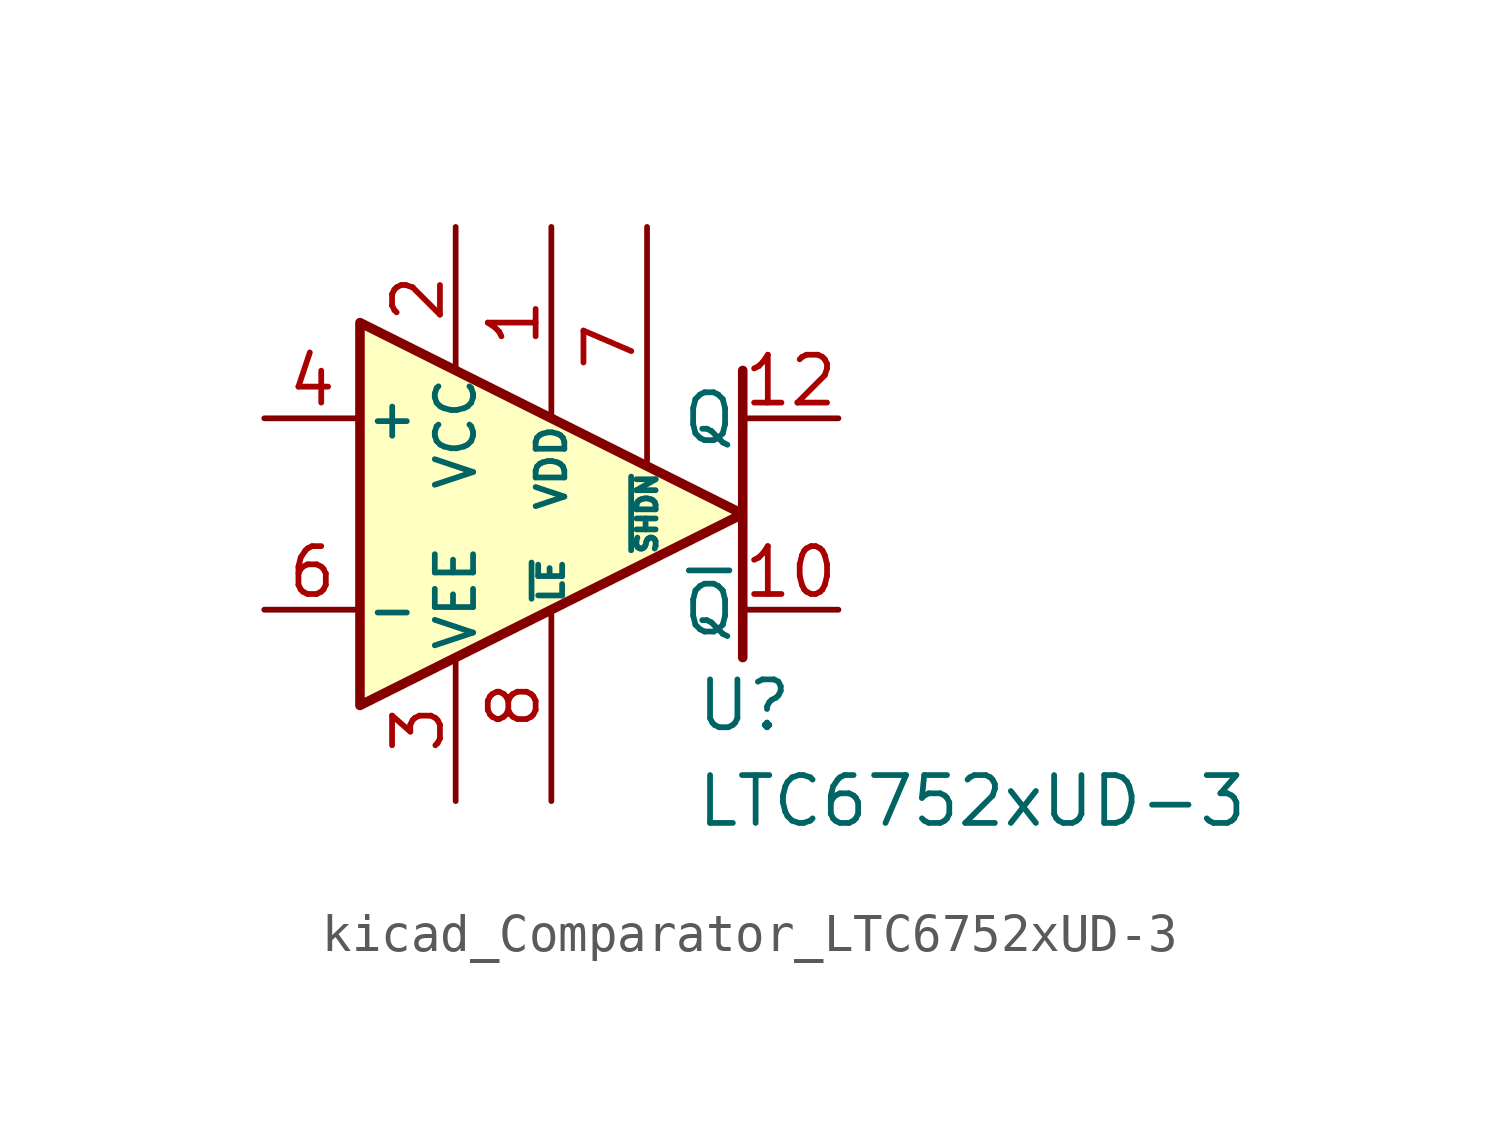
<source format=kicad_sym>
(kicad_symbol_lib
  (version 20220914)
  (generator kicad_symbol_editor)
  (symbol "kicad_Comparator_LTC6752xUD-3"
    (pin_names
      (offset 0.127))
    (property "Reference" "U"
      (at 3.81 -5.08 0)
      (effects (font (size 1.27 1.27)) (justify left)))
    (property "Value" "LTC6752xUD-3"
      (at 3.81 -7.62 0)
      (effects (font (size 1.27 1.27)) (justify left)))
    (symbol "kicad_Comparator_LTC6752xUD-3_0_1"
      (polyline (pts (xy 5.08 3.81) (xy 5.08 0) (xy -5.08 5.08) (xy -5.08 -5.08) (xy 5.08 0) (xy 5.08 -3.81)) (stroke (width 0.254) (type default)) (fill (type background))))
    (symbol "kicad_Comparator_LTC6752xUD-3_1_1"
      (pin power_in line (at 0 7.62 270) (length 5.08) (name "VDD" (effects (font (size 0.762 0.762)))) (number "1" (effects (font (size 1.27 1.27)))))
      (pin output line (at 7.62 -2.54 180) (length 2.54) (name "~{Q}" (effects (font (size 1.27 1.27)))) (number "10" (effects (font (size 1.27 1.27)))))
      (pin no_connect line (at 5.08 0 180) (length 2.54) hide (name "NC" (effects (font (size 1.27 1.27)))) (number "11" (effects (font (size 1.27 1.27)))))
      (pin output line (at 7.62 2.54 180) (length 2.54) (name "Q" (effects (font (size 1.27 1.27)))) (number "12" (effects (font (size 1.27 1.27)))))
      (pin passive line (at -2.54 -7.62 90) (length 3.81) hide (name "VEE" (effects (font (size 1.016 1.016)))) (number "13" (effects (font (size 1.27 1.27)))))
      (pin power_in line (at -2.54 7.62 270) (length 3.81) (name "VCC" (effects (font (size 1.016 1.016)))) (number "2" (effects (font (size 1.27 1.27)))))
      (pin power_in line (at -2.54 -7.62 90) (length 3.81) (name "VEE" (effects (font (size 1.016 1.016)))) (number "3" (effects (font (size 1.27 1.27)))))
      (pin input line (at -7.62 2.54 0) (length 2.54) (name "+" (effects (font (size 1.016 1.016)))) (number "4" (effects (font (size 1.27 1.27)))))
      (pin no_connect line (at -5.08 0 0) (length 2.54) hide (name "NC" (effects (font (size 1.27 1.27)))) (number "5" (effects (font (size 1.27 1.27)))))
      (pin input line (at -7.62 -2.54 0) (length 2.54) (name "-" (effects (font (size 1.016 1.016)))) (number "6" (effects (font (size 1.27 1.27)))))
      (pin input line (at 2.54 7.62 270) (length 6.35) (name "~{SHDN}" (effects (font (size 0.508 0.508)))) (number "7" (effects (font (size 1.27 1.27)))))
      (pin input line (at 0 -7.62 90) (length 5.08) (name "~{LE}" (effects (font (size 0.635 0.635)))) (number "8" (effects (font (size 1.27 1.27)))))
      (pin passive line (at -2.54 -7.62 90) (length 3.81) hide (name "VEE" (effects (font (size 1.016 1.016)))) (number "9" (effects (font (size 1.27 1.27))))))))
</source>
